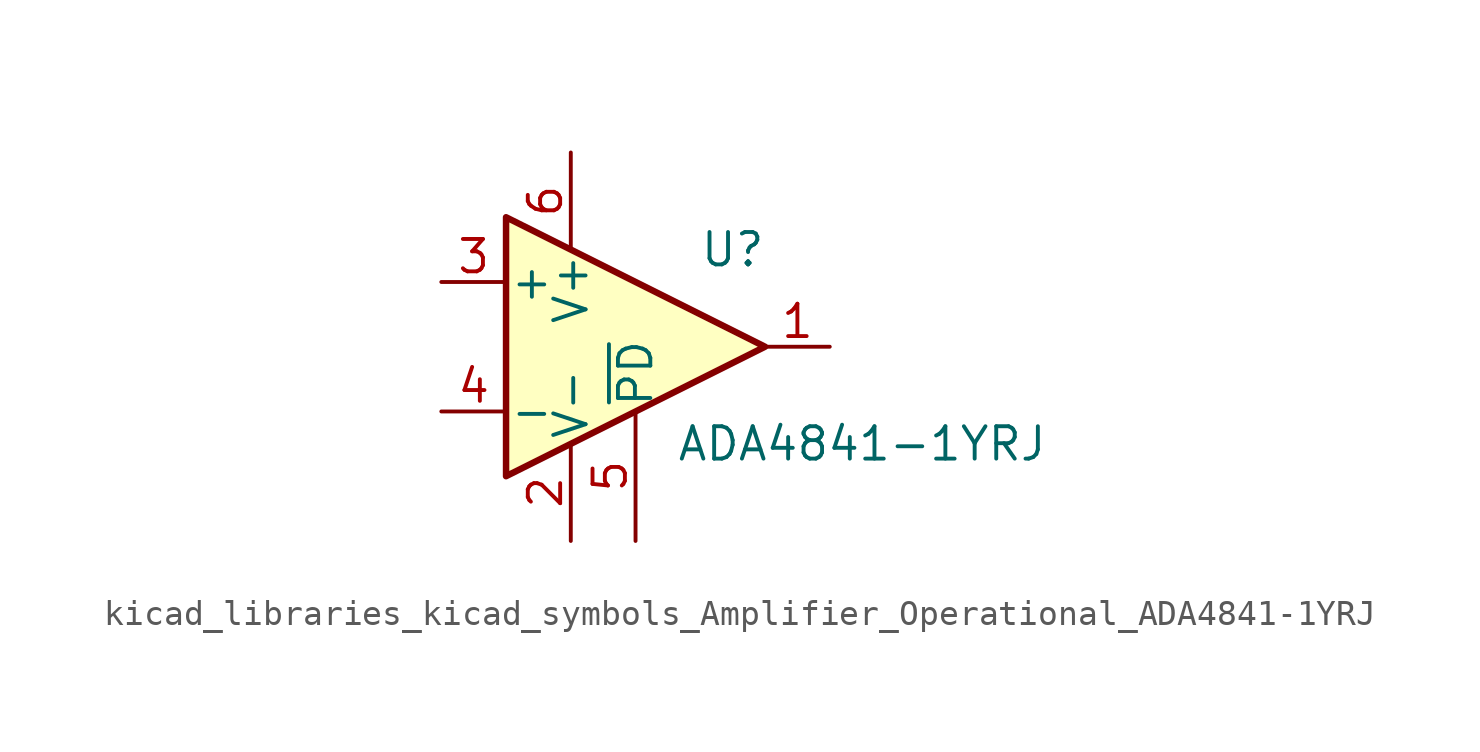
<source format=kicad_sym>
(kicad_symbol_lib
  (version 20220914)
  (generator kicad_symbol_editor)
  (symbol "kicad_libraries_kicad_symbols_Amplifier_Operational_ADA4841-1YRJ"
    (pin_names
      (offset 0.127))
    (property "Reference" "U"
      (at 3.81 3.81 0)
      (effects (font (size 1.27 1.27))))
    (property "Value" "ADA4841-1YRJ"
      (at 8.89 -3.81 0)
      (effects (font (size 1.27 1.27))))
    (symbol "kicad_libraries_kicad_symbols_Amplifier_Operational_ADA4841-1YRJ_1_1"
      (polyline (pts (xy -5.08 5.08) (xy 5.08 0) (xy -5.08 -5.08) (xy -5.08 5.08)) (stroke (width 0.254) (type default)) (fill (type background)))
      (pin output line (at 7.62 0 180) (length 2.54) (name "~" (effects (font (size 1.27 1.27)))) (number "1" (effects (font (size 1.27 1.27)))))
      (pin power_in line (at -2.54 -7.62 90) (length 3.81) (name "V-" (effects (font (size 1.27 1.27)))) (number "2" (effects (font (size 1.27 1.27)))))
      (pin input line (at -7.62 2.54 0) (length 2.54) (name "+" (effects (font (size 1.27 1.27)))) (number "3" (effects (font (size 1.27 1.27)))))
      (pin input line (at -7.62 -2.54 0) (length 2.54) (name "-" (effects (font (size 1.27 1.27)))) (number "4" (effects (font (size 1.27 1.27)))))
      (pin input line (at 0 -7.62 90) (length 5.08) (name "~{PD}" (effects (font (size 1.27 1.27)))) (number "5" (effects (font (size 1.27 1.27)))))
      (pin power_in line (at -2.54 7.62 270) (length 3.81) (name "V+" (effects (font (size 1.27 1.27)))) (number "6" (effects (font (size 1.27 1.27))))))))
</source>
